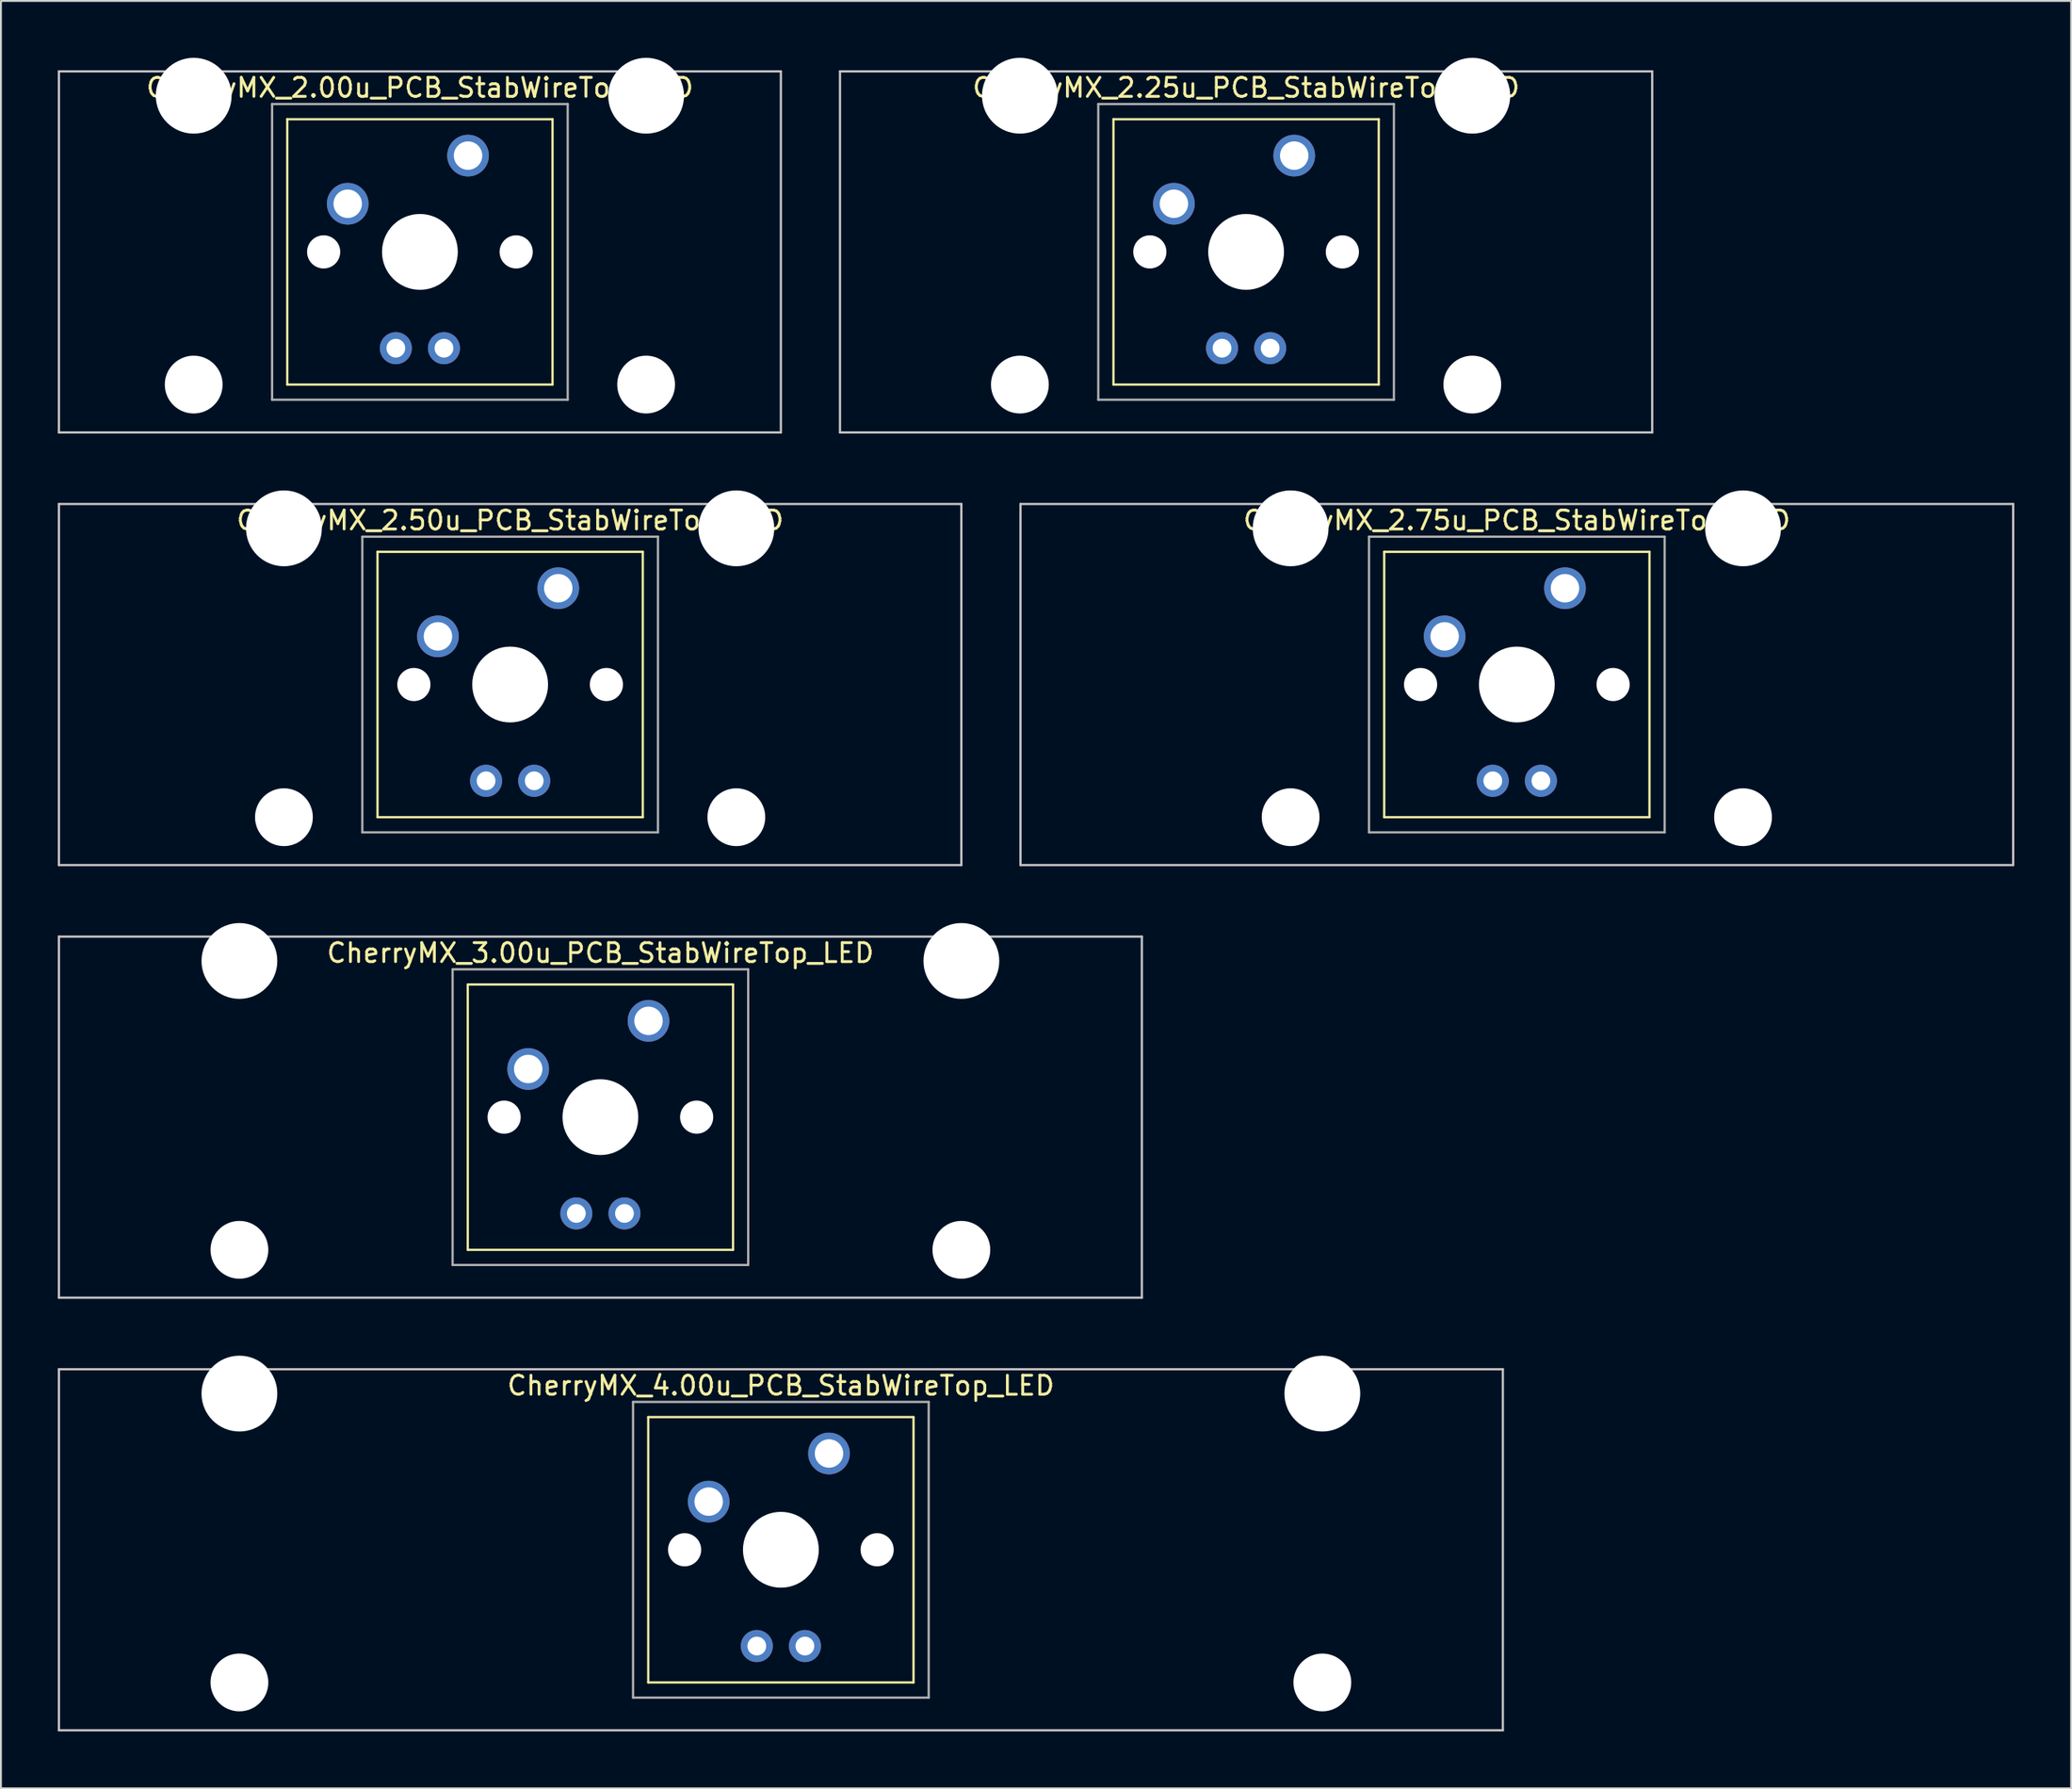
<source format=kicad_pcb>
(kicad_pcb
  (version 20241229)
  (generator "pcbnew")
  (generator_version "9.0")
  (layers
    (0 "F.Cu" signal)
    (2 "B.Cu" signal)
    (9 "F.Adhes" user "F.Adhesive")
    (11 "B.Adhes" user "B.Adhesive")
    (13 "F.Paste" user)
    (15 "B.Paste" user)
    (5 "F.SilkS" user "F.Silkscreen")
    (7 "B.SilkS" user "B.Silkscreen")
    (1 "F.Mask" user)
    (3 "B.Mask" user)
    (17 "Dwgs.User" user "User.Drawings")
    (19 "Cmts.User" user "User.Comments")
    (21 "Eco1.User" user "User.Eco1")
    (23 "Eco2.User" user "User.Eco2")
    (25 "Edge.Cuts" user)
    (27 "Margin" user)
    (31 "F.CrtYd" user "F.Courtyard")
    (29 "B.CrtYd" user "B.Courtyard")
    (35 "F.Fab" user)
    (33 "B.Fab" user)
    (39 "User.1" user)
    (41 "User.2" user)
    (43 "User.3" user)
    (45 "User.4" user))
  (footprint "CherryMX_2.25u_PCB_StabWireTop_LED"
    (layer "F.Cu")
    (at 62.711 10.24)
    (property "Reference" "CherryMX_2.25u_PCB_StabWireTop_LED" (at 0 -8.662 0) (layer "F.SilkS") (effects (font (size 1 1) (thickness 0.15))))
    (attr through_hole)
    (fp_line (start -7 -7) (end -7 7) (stroke (width 0.12) (type solid)) (layer "F.SilkS"))
    (fp_line (start -7 -7) (end 7 -7) (stroke (width 0.12) (type solid)) (layer "F.SilkS"))
    (fp_line (start 7 -7) (end 7 7) (stroke (width 0.12) (type solid)) (layer "F.SilkS"))
    (fp_line (start 7 7) (end -7 7) (stroke (width 0.12) (type solid)) (layer "F.SilkS"))
    (fp_line (start -21.431 -9.525) (end 21.431 -9.525) (stroke (width 0.12) (type solid)) (layer "Dwgs.User"))
    (fp_line (start -21.431 9.525) (end -21.431 -9.525) (stroke (width 0.12) (type solid)) (layer "Dwgs.User"))
    (fp_line (start 21.431 -9.525) (end 21.431 9.525) (stroke (width 0.12) (type solid)) (layer "Dwgs.User"))
    (fp_line (start 21.431 9.525) (end -21.431 9.525) (stroke (width 0.12) (type solid)) (layer "Dwgs.User"))
    (fp_line (start -7.8 -7.8) (end -7.8 7.8) (stroke (width 0.12) (type solid)) (layer "F.Fab"))
    (fp_line (start -7.8 -7.8) (end 7.8 -7.8) (stroke (width 0.12) (type solid)) (layer "F.Fab"))
    (fp_line (start -7.8 7.8) (end 7.8 7.8) (stroke (width 0.12) (type solid)) (layer "F.Fab"))
    (fp_line (start 7.8 -7.8) (end 7.8 7.8) (stroke (width 0.12) (type solid)) (layer "F.Fab"))
    (pad "" np_thru_hole circle (at -11.938 -8.24) (size 4 4) (drill 4) (layers "*.Cu" "*.Mask"))
    (pad "" np_thru_hole circle (at -11.938 7) (size 3.05 3.05) (drill 3.05) (layers "*.Cu" "*.Mask"))
    (pad "" np_thru_hole circle (at -5.08 0) (size 1.75 1.75) (drill 1.75) (layers "*.Cu" "*.Mask"))
    (pad "" np_thru_hole circle (at 0 0) (size 4 4) (drill 4) (layers "*.Cu" "*.Mask"))
    (pad "" np_thru_hole circle (at 5.08 0) (size 1.75 1.75) (drill 1.75) (layers "*.Cu" "*.Mask"))
    (pad "" np_thru_hole circle (at 11.938 -8.24) (size 4 4) (drill 4) (layers "*.Cu" "*.Mask"))
    (pad "" np_thru_hole circle (at 11.938 7) (size 3.05 3.05) (drill 3.05) (layers "*.Cu" "*.Mask"))
    (pad "1" thru_hole circle (at -3.81 -2.54) (size 2.2 2.2) (drill 1.5) (layers "*.Cu" "*.Mask"))
    (pad "2" thru_hole circle (at 2.54 -5.08) (size 2.2 2.2) (drill 1.5) (layers "*.Cu" "*.Mask"))
    (pad "3" thru_hole circle (at -1.27 5.08) (size 1.691 1.691) (drill 0.991) (layers "*.Cu" "*.Mask"))
    (pad "4" thru_hole circle (at 1.27 5.08) (size 1.691 1.691) (drill 0.991) (layers "*.Cu" "*.Mask")))
  (footprint "CherryMX_2.75u_PCB_StabWireTop_LED"
    (layer "F.Cu")
    (at 76.999 33.065)
    (property "Reference" "CherryMX_2.75u_PCB_StabWireTop_LED" (at 0 -8.662 0) (layer "F.SilkS") (effects (font (size 1 1) (thickness 0.15))))
    (attr through_hole)
    (fp_line (start -7 -7) (end -7 7) (stroke (width 0.12) (type solid)) (layer "F.SilkS"))
    (fp_line (start -7 -7) (end 7 -7) (stroke (width 0.12) (type solid)) (layer "F.SilkS"))
    (fp_line (start 7 -7) (end 7 7) (stroke (width 0.12) (type solid)) (layer "F.SilkS"))
    (fp_line (start 7 7) (end -7 7) (stroke (width 0.12) (type solid)) (layer "F.SilkS"))
    (fp_line (start -26.194 -9.525) (end 26.194 -9.525) (stroke (width 0.12) (type solid)) (layer "Dwgs.User"))
    (fp_line (start -26.194 9.525) (end -26.194 -9.525) (stroke (width 0.12) (type solid)) (layer "Dwgs.User"))
    (fp_line (start 26.194 -9.525) (end 26.194 9.525) (stroke (width 0.12) (type solid)) (layer "Dwgs.User"))
    (fp_line (start 26.194 9.525) (end -26.194 9.525) (stroke (width 0.12) (type solid)) (layer "Dwgs.User"))
    (fp_line (start -7.8 -7.8) (end -7.8 7.8) (stroke (width 0.12) (type solid)) (layer "F.Fab"))
    (fp_line (start -7.8 -7.8) (end 7.8 -7.8) (stroke (width 0.12) (type solid)) (layer "F.Fab"))
    (fp_line (start -7.8 7.8) (end 7.8 7.8) (stroke (width 0.12) (type solid)) (layer "F.Fab"))
    (fp_line (start 7.8 -7.8) (end 7.8 7.8) (stroke (width 0.12) (type solid)) (layer "F.Fab"))
    (pad "" np_thru_hole circle (at -11.938 -8.24) (size 4 4) (drill 4) (layers "*.Cu" "*.Mask"))
    (pad "" np_thru_hole circle (at -11.938 7) (size 3.05 3.05) (drill 3.05) (layers "*.Cu" "*.Mask"))
    (pad "" np_thru_hole circle (at -5.08 0) (size 1.75 1.75) (drill 1.75) (layers "*.Cu" "*.Mask"))
    (pad "" np_thru_hole circle (at 0 0) (size 4 4) (drill 4) (layers "*.Cu" "*.Mask"))
    (pad "" np_thru_hole circle (at 5.08 0) (size 1.75 1.75) (drill 1.75) (layers "*.Cu" "*.Mask"))
    (pad "" np_thru_hole circle (at 11.938 -8.24) (size 4 4) (drill 4) (layers "*.Cu" "*.Mask"))
    (pad "" np_thru_hole circle (at 11.938 7) (size 3.05 3.05) (drill 3.05) (layers "*.Cu" "*.Mask"))
    (pad "1" thru_hole circle (at -3.81 -2.54) (size 2.2 2.2) (drill 1.5) (layers "*.Cu" "*.Mask"))
    (pad "2" thru_hole circle (at 2.54 -5.08) (size 2.2 2.2) (drill 1.5) (layers "*.Cu" "*.Mask"))
    (pad "3" thru_hole circle (at -1.27 5.08) (size 1.691 1.691) (drill 0.991) (layers "*.Cu" "*.Mask"))
    (pad "4" thru_hole circle (at 1.27 5.08) (size 1.691 1.691) (drill 0.991) (layers "*.Cu" "*.Mask")))
  (footprint "CherryMX_3.00u_PCB_StabWireTop_LED"
    (layer "F.Cu")
    (at 28.635 55.89)
    (property "Reference" "CherryMX_3.00u_PCB_StabWireTop_LED" (at 0 -8.662 0) (layer "F.SilkS") (effects (font (size 1 1) (thickness 0.15))))
    (attr through_hole)
    (fp_line (start -7 -7) (end -7 7) (stroke (width 0.12) (type solid)) (layer "F.SilkS"))
    (fp_line (start -7 -7) (end 7 -7) (stroke (width 0.12) (type solid)) (layer "F.SilkS"))
    (fp_line (start 7 -7) (end 7 7) (stroke (width 0.12) (type solid)) (layer "F.SilkS"))
    (fp_line (start 7 7) (end -7 7) (stroke (width 0.12) (type solid)) (layer "F.SilkS"))
    (fp_line (start -28.575 -9.525) (end 28.575 -9.525) (stroke (width 0.12) (type solid)) (layer "Dwgs.User"))
    (fp_line (start -28.575 9.525) (end -28.575 -9.525) (stroke (width 0.12) (type solid)) (layer "Dwgs.User"))
    (fp_line (start 28.575 -9.525) (end 28.575 9.525) (stroke (width 0.12) (type solid)) (layer "Dwgs.User"))
    (fp_line (start 28.575 9.525) (end -28.575 9.525) (stroke (width 0.12) (type solid)) (layer "Dwgs.User"))
    (fp_line (start -7.8 -7.8) (end -7.8 7.8) (stroke (width 0.12) (type solid)) (layer "F.Fab"))
    (fp_line (start -7.8 -7.8) (end 7.8 -7.8) (stroke (width 0.12) (type solid)) (layer "F.Fab"))
    (fp_line (start -7.8 7.8) (end 7.8 7.8) (stroke (width 0.12) (type solid)) (layer "F.Fab"))
    (fp_line (start 7.8 -7.8) (end 7.8 7.8) (stroke (width 0.12) (type solid)) (layer "F.Fab"))
    (pad "" np_thru_hole circle (at -19.05 -8.24) (size 4 4) (drill 4) (layers "*.Cu" "*.Mask"))
    (pad "" np_thru_hole circle (at -19.05 7) (size 3.05 3.05) (drill 3.05) (layers "*.Cu" "*.Mask"))
    (pad "" np_thru_hole circle (at -5.08 0) (size 1.75 1.75) (drill 1.75) (layers "*.Cu" "*.Mask"))
    (pad "" np_thru_hole circle (at 0 0) (size 4 4) (drill 4) (layers "*.Cu" "*.Mask"))
    (pad "" np_thru_hole circle (at 5.08 0) (size 1.75 1.75) (drill 1.75) (layers "*.Cu" "*.Mask"))
    (pad "" np_thru_hole circle (at 19.05 -8.24) (size 4 4) (drill 4) (layers "*.Cu" "*.Mask"))
    (pad "" np_thru_hole circle (at 19.05 7) (size 3.05 3.05) (drill 3.05) (layers "*.Cu" "*.Mask"))
    (pad "1" thru_hole circle (at -3.81 -2.54) (size 2.2 2.2) (drill 1.5) (layers "*.Cu" "*.Mask"))
    (pad "2" thru_hole circle (at 2.54 -5.08) (size 2.2 2.2) (drill 1.5) (layers "*.Cu" "*.Mask"))
    (pad "3" thru_hole circle (at -1.27 5.08) (size 1.691 1.691) (drill 0.991) (layers "*.Cu" "*.Mask"))
    (pad "4" thru_hole circle (at 1.27 5.08) (size 1.691 1.691) (drill 0.991) (layers "*.Cu" "*.Mask")))
  (footprint "CherryMX_2.50u_PCB_StabWireTop_LED"
    (layer "F.Cu")
    (at 23.872 33.065)
    (property "Reference" "CherryMX_2.50u_PCB_StabWireTop_LED" (at 0 -8.662 0) (layer "F.SilkS") (effects (font (size 1 1) (thickness 0.15))))
    (attr through_hole)
    (fp_line (start -7 -7) (end -7 7) (stroke (width 0.12) (type solid)) (layer "F.SilkS"))
    (fp_line (start -7 -7) (end 7 -7) (stroke (width 0.12) (type solid)) (layer "F.SilkS"))
    (fp_line (start 7 -7) (end 7 7) (stroke (width 0.12) (type solid)) (layer "F.SilkS"))
    (fp_line (start 7 7) (end -7 7) (stroke (width 0.12) (type solid)) (layer "F.SilkS"))
    (fp_line (start -23.812 -9.525) (end 23.812 -9.525) (stroke (width 0.12) (type solid)) (layer "Dwgs.User"))
    (fp_line (start -23.812 9.525) (end -23.812 -9.525) (stroke (width 0.12) (type solid)) (layer "Dwgs.User"))
    (fp_line (start 23.812 -9.525) (end 23.812 9.525) (stroke (width 0.12) (type solid)) (layer "Dwgs.User"))
    (fp_line (start 23.812 9.525) (end -23.812 9.525) (stroke (width 0.12) (type solid)) (layer "Dwgs.User"))
    (fp_line (start -7.8 -7.8) (end -7.8 7.8) (stroke (width 0.12) (type solid)) (layer "F.Fab"))
    (fp_line (start -7.8 -7.8) (end 7.8 -7.8) (stroke (width 0.12) (type solid)) (layer "F.Fab"))
    (fp_line (start -7.8 7.8) (end 7.8 7.8) (stroke (width 0.12) (type solid)) (layer "F.Fab"))
    (fp_line (start 7.8 -7.8) (end 7.8 7.8) (stroke (width 0.12) (type solid)) (layer "F.Fab"))
    (pad "" np_thru_hole circle (at -11.938 -8.24) (size 4 4) (drill 4) (layers "*.Cu" "*.Mask"))
    (pad "" np_thru_hole circle (at -11.938 7) (size 3.05 3.05) (drill 3.05) (layers "*.Cu" "*.Mask"))
    (pad "" np_thru_hole circle (at -5.08 0) (size 1.75 1.75) (drill 1.75) (layers "*.Cu" "*.Mask"))
    (pad "" np_thru_hole circle (at 0 0) (size 4 4) (drill 4) (layers "*.Cu" "*.Mask"))
    (pad "" np_thru_hole circle (at 5.08 0) (size 1.75 1.75) (drill 1.75) (layers "*.Cu" "*.Mask"))
    (pad "" np_thru_hole circle (at 11.938 -8.24) (size 4 4) (drill 4) (layers "*.Cu" "*.Mask"))
    (pad "" np_thru_hole circle (at 11.938 7) (size 3.05 3.05) (drill 3.05) (layers "*.Cu" "*.Mask"))
    (pad "1" thru_hole circle (at -3.81 -2.54) (size 2.2 2.2) (drill 1.5) (layers "*.Cu" "*.Mask"))
    (pad "2" thru_hole circle (at 2.54 -5.08) (size 2.2 2.2) (drill 1.5) (layers "*.Cu" "*.Mask"))
    (pad "3" thru_hole circle (at -1.27 5.08) (size 1.691 1.691) (drill 0.991) (layers "*.Cu" "*.Mask"))
    (pad "4" thru_hole circle (at 1.27 5.08) (size 1.691 1.691) (drill 0.991) (layers "*.Cu" "*.Mask")))
  (footprint "CherryMX_2.00u_PCB_StabWireTop_LED"
    (layer "F.Cu")
    (at 19.11 10.24)
    (property "Reference" "CherryMX_2.00u_PCB_StabWireTop_LED" (at 0 -8.662 0) (layer "F.SilkS") (effects (font (size 1 1) (thickness 0.15))))
    (attr through_hole)
    (fp_line (start -7 -7) (end -7 7) (stroke (width 0.12) (type solid)) (layer "F.SilkS"))
    (fp_line (start -7 -7) (end 7 -7) (stroke (width 0.12) (type solid)) (layer "F.SilkS"))
    (fp_line (start 7 -7) (end 7 7) (stroke (width 0.12) (type solid)) (layer "F.SilkS"))
    (fp_line (start 7 7) (end -7 7) (stroke (width 0.12) (type solid)) (layer "F.SilkS"))
    (fp_line (start -19.05 -9.525) (end 19.05 -9.525) (stroke (width 0.12) (type solid)) (layer "Dwgs.User"))
    (fp_line (start -19.05 9.525) (end -19.05 -9.525) (stroke (width 0.12) (type solid)) (layer "Dwgs.User"))
    (fp_line (start 19.05 -9.525) (end 19.05 9.525) (stroke (width 0.12) (type solid)) (layer "Dwgs.User"))
    (fp_line (start 19.05 9.525) (end -19.05 9.525) (stroke (width 0.12) (type solid)) (layer "Dwgs.User"))
    (fp_line (start -7.8 -7.8) (end -7.8 7.8) (stroke (width 0.12) (type solid)) (layer "F.Fab"))
    (fp_line (start -7.8 -7.8) (end 7.8 -7.8) (stroke (width 0.12) (type solid)) (layer "F.Fab"))
    (fp_line (start -7.8 7.8) (end 7.8 7.8) (stroke (width 0.12) (type solid)) (layer "F.Fab"))
    (fp_line (start 7.8 -7.8) (end 7.8 7.8) (stroke (width 0.12) (type solid)) (layer "F.Fab"))
    (pad "" np_thru_hole circle (at -11.938 -8.24) (size 4 4) (drill 4) (layers "*.Cu" "*.Mask"))
    (pad "" np_thru_hole circle (at -11.938 7) (size 3.05 3.05) (drill 3.05) (layers "*.Cu" "*.Mask"))
    (pad "" np_thru_hole circle (at -5.08 0) (size 1.75 1.75) (drill 1.75) (layers "*.Cu" "*.Mask"))
    (pad "" np_thru_hole circle (at 0 0) (size 4 4) (drill 4) (layers "*.Cu" "*.Mask"))
    (pad "" np_thru_hole circle (at 5.08 0) (size 1.75 1.75) (drill 1.75) (layers "*.Cu" "*.Mask"))
    (pad "" np_thru_hole circle (at 11.938 -8.24) (size 4 4) (drill 4) (layers "*.Cu" "*.Mask"))
    (pad "" np_thru_hole circle (at 11.938 7) (size 3.05 3.05) (drill 3.05) (layers "*.Cu" "*.Mask"))
    (pad "1" thru_hole circle (at -3.81 -2.54) (size 2.2 2.2) (drill 1.5) (layers "*.Cu" "*.Mask"))
    (pad "2" thru_hole circle (at 2.54 -5.08) (size 2.2 2.2) (drill 1.5) (layers "*.Cu" "*.Mask"))
    (pad "3" thru_hole circle (at -1.27 5.08) (size 1.691 1.691) (drill 0.991) (layers "*.Cu" "*.Mask"))
    (pad "4" thru_hole circle (at 1.27 5.08) (size 1.691 1.691) (drill 0.991) (layers "*.Cu" "*.Mask")))
  (footprint "CherryMX_4.00u_PCB_StabWireTop_LED"
    (layer "F.Cu")
    (at 38.16 78.715)
    (property "Reference" "CherryMX_4.00u_PCB_StabWireTop_LED" (at 0 -8.662 0) (layer "F.SilkS") (effects (font (size 1 1) (thickness 0.15))))
    (attr through_hole)
    (fp_line (start -7 -7) (end -7 7) (stroke (width 0.12) (type solid)) (layer "F.SilkS"))
    (fp_line (start -7 -7) (end 7 -7) (stroke (width 0.12) (type solid)) (layer "F.SilkS"))
    (fp_line (start 7 -7) (end 7 7) (stroke (width 0.12) (type solid)) (layer "F.SilkS"))
    (fp_line (start 7 7) (end -7 7) (stroke (width 0.12) (type solid)) (layer "F.SilkS"))
    (fp_line (start -38.1 -9.525) (end 38.1 -9.525) (stroke (width 0.12) (type solid)) (layer "Dwgs.User"))
    (fp_line (start -38.1 9.525) (end -38.1 -9.525) (stroke (width 0.12) (type solid)) (layer "Dwgs.User"))
    (fp_line (start 38.1 -9.525) (end 38.1 9.525) (stroke (width 0.12) (type solid)) (layer "Dwgs.User"))
    (fp_line (start 38.1 9.525) (end -38.1 9.525) (stroke (width 0.12) (type solid)) (layer "Dwgs.User"))
    (fp_line (start -7.8 -7.8) (end -7.8 7.8) (stroke (width 0.12) (type solid)) (layer "F.Fab"))
    (fp_line (start -7.8 -7.8) (end 7.8 -7.8) (stroke (width 0.12) (type solid)) (layer "F.Fab"))
    (fp_line (start -7.8 7.8) (end 7.8 7.8) (stroke (width 0.12) (type solid)) (layer "F.Fab"))
    (fp_line (start 7.8 -7.8) (end 7.8 7.8) (stroke (width 0.12) (type solid)) (layer "F.Fab"))
    (pad "" np_thru_hole circle (at -28.575 -8.24) (size 4 4) (drill 4) (layers "*.Cu" "*.Mask"))
    (pad "" np_thru_hole circle (at -28.575 7) (size 3.05 3.05) (drill 3.05) (layers "*.Cu" "*.Mask"))
    (pad "" np_thru_hole circle (at -5.08 0) (size 1.75 1.75) (drill 1.75) (layers "*.Cu" "*.Mask"))
    (pad "" np_thru_hole circle (at 0 0) (size 4 4) (drill 4) (layers "*.Cu" "*.Mask"))
    (pad "" np_thru_hole circle (at 5.08 0) (size 1.75 1.75) (drill 1.75) (layers "*.Cu" "*.Mask"))
    (pad "" np_thru_hole circle (at 28.575 -8.24) (size 4 4) (drill 4) (layers "*.Cu" "*.Mask"))
    (pad "" np_thru_hole circle (at 28.575 7) (size 3.05 3.05) (drill 3.05) (layers "*.Cu" "*.Mask"))
    (pad "1" thru_hole circle (at -3.81 -2.54) (size 2.2 2.2) (drill 1.5) (layers "*.Cu" "*.Mask"))
    (pad "2" thru_hole circle (at 2.54 -5.08) (size 2.2 2.2) (drill 1.5) (layers "*.Cu" "*.Mask"))
    (pad "3" thru_hole circle (at -1.27 5.08) (size 1.691 1.691) (drill 0.991) (layers "*.Cu" "*.Mask"))
    (pad "4" thru_hole circle (at 1.27 5.08) (size 1.691 1.691) (drill 0.991) (layers "*.Cu" "*.Mask")))
  (gr_rect
    (start -3 -3)
    (end 106.252 91.3)
    (stroke (width 0.1) (type default))
    (fill no)
    (layer "Edge.Cuts")))
</source>
